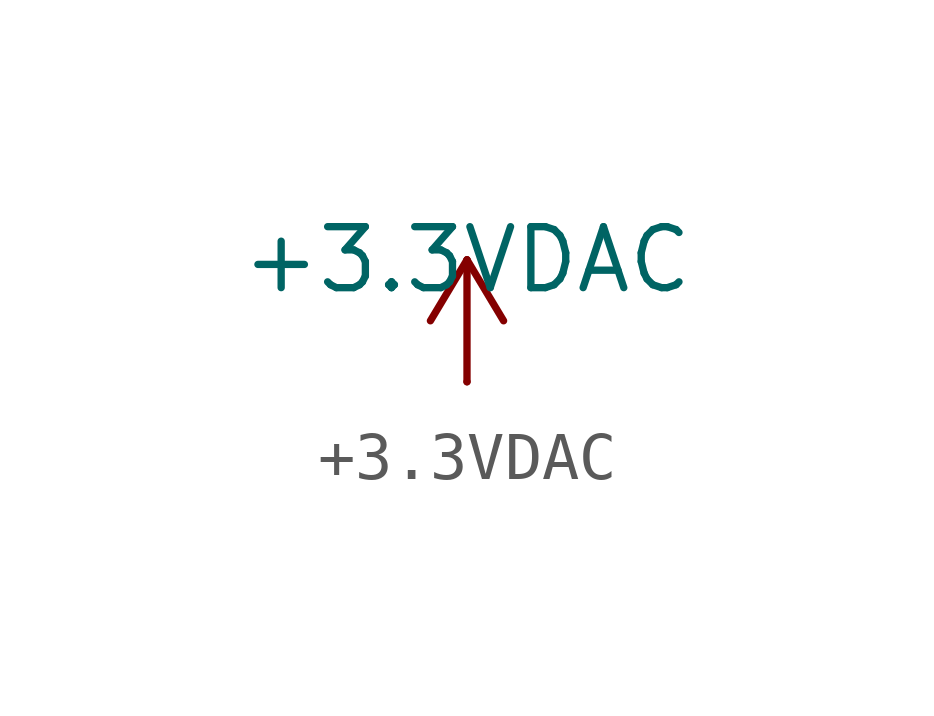
<source format=kicad_sym>
(kicad_symbol_lib
  (version 20231120)
  (generator "kicad_symbol_editor")
  (generator_version "8.0")
  (symbol "+3.3VDAC"
    (power)
    (pin_numbers hide)
    (pin_names
      (offset 0) hide)
    (property "Reference" "#PWR"
      (at 3.81 -1.27 0)
      (effects (font (size 1.27 1.27)) (hide yes)))
    (property "Value" "+3.3VDAC"
      (at 0 2.54 0)
      (effects (font (size 1.27 1.27))))
    (symbol "+3.3VDAC_0_0"
      (pin power_in line (at 0 0 90) (length 0) (name "~" (effects (font (size 1.27 1.27)))) (number "1" (effects (font (size 1.27 1.27))))))
    (symbol "+3.3VDAC_0_1"
      (polyline (pts (xy -0.762 1.27) (xy 0 2.54)) (stroke (width 0) (type default)) (fill (type none)))
      (polyline (pts (xy 0 0) (xy 0 2.54)) (stroke (width 0) (type default)) (fill (type none)))
      (polyline (pts (xy 0 2.54) (xy 0.762 1.27)) (stroke (width 0) (type default)) (fill (type none))))))
</source>
